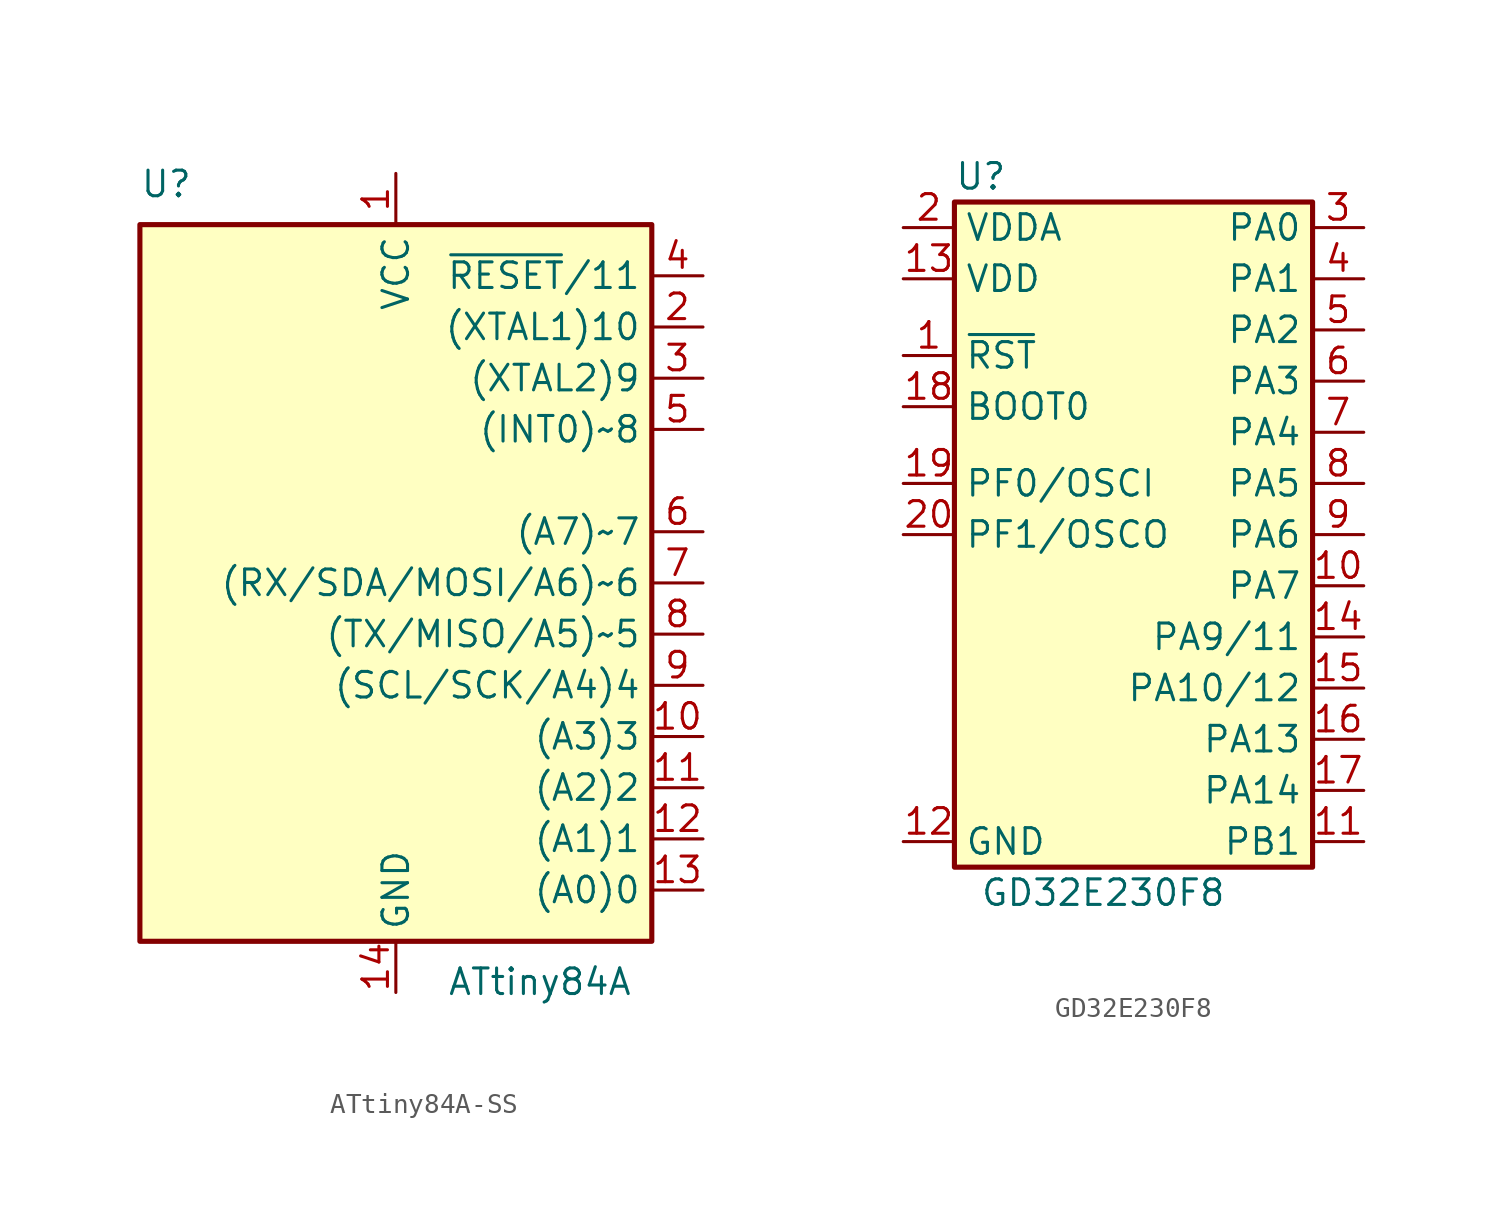
<source format=kicad_sym>
(kicad_symbol_lib
  (version 20241209)
  (generator "kicad_symbol_editor")
  (generator_version "9.0")
  (symbol "ATtiny84A-SS"
    (property "Reference" "U"
      (at -12.7 21.59 0)
      (effects (font (size 1.27 1.27)) (justify left bottom)))
    (property "Value" "ATtiny84A"
      (at 2.54 -16.51 0)
      (effects (font (size 1.27 1.27)) (justify left top)))
    (symbol "ATtiny84A-SS_0_1"
      (rectangle (start -12.7 20.32) (end 12.7 -15.24) (stroke (width 0.254) (type default)) (fill (type background))))
    (symbol "ATtiny84A-SS_1_1"
      (pin power_in line (at 0 22.86 270) (length 2.54) (name "VCC" (effects (font (size 1.27 1.27)))) (number "1" (effects (font (size 1.27 1.27)))))
      (pin power_in line (at 0 -17.78 90) (length 2.54) (name "GND" (effects (font (size 1.27 1.27)))) (number "14" (effects (font (size 1.27 1.27)))))
      (pin bidirectional line (at 15.24 17.78 180) (length 2.54) (name "~{RESET}/11" (effects (font (size 1.27 1.27)))) (number "4" (effects (font (size 1.27 1.27)))))
      (pin bidirectional line (at 15.24 15.24 180) (length 2.54) (name "(XTAL1)10" (effects (font (size 1.27 1.27)))) (number "2" (effects (font (size 1.27 1.27)))))
      (pin bidirectional line (at 15.24 12.7 180) (length 2.54) (name "(XTAL2)9" (effects (font (size 1.27 1.27)))) (number "3" (effects (font (size 1.27 1.27)))))
      (pin bidirectional line (at 15.24 10.16 180) (length 2.54) (name "(INT0)~8" (effects (font (size 1.27 1.27)))) (number "5" (effects (font (size 1.27 1.27)))))
      (pin bidirectional line (at 15.24 5.08 180) (length 2.54) (name "(A7)~7" (effects (font (size 1.27 1.27)))) (number "6" (effects (font (size 1.27 1.27)))))
      (pin bidirectional line (at 15.24 2.54 180) (length 2.54) (name "(RX/SDA/MOSI/A6)~6" (effects (font (size 1.27 1.27)))) (number "7" (effects (font (size 1.27 1.27)))))
      (pin bidirectional line (at 15.24 0 180) (length 2.54) (name "(TX/MISO/A5)~5" (effects (font (size 1.27 1.27)))) (number "8" (effects (font (size 1.27 1.27)))))
      (pin bidirectional line (at 15.24 -2.54 180) (length 2.54) (name "(SCL/SCK/A4)4" (effects (font (size 1.27 1.27)))) (number "9" (effects (font (size 1.27 1.27)))))
      (pin bidirectional line (at 15.24 -5.08 180) (length 2.54) (name "(A3)3" (effects (font (size 1.27 1.27)))) (number "10" (effects (font (size 1.27 1.27)))))
      (pin bidirectional line (at 15.24 -7.62 180) (length 2.54) (name "(A2)2" (effects (font (size 1.27 1.27)))) (number "11" (effects (font (size 1.27 1.27)))))
      (pin bidirectional line (at 15.24 -10.16 180) (length 2.54) (name "(A1)1" (effects (font (size 1.27 1.27)))) (number "12" (effects (font (size 1.27 1.27)))))
      (pin bidirectional line (at 15.24 -12.7 180) (length 2.54) (name "(A0)0" (effects (font (size 1.27 1.27)))) (number "13" (effects (font (size 1.27 1.27)))))))
  (symbol "GD32E230F8"
    (property "Reference" "U"
      (at -8.89 17.78 0)
      (effects (font (size 1.27 1.27)) (justify left)))
    (property "Value" "GD32E230F8"
      (at -7.62 -17.78 0)
      (effects (font (size 1.27 1.27)) (justify left)))
    (symbol "GD32E230F8_1_0"
      (pin input line (at -11.43 6.35 0) (length 2.54) (name "BOOT0" (effects (font (size 1.27 1.27)))) (number "18" (effects (font (size 1.27 1.27)))))
      (pin bidirectional line (at -11.43 2.54 0) (length 2.54) (name "PF0/OSCI" (effects (font (size 1.27 1.27)))) (number "19" (effects (font (size 1.27 1.27)))))
      (pin bidirectional line (at -11.43 0 0) (length 2.54) (name "PF1/OSCO" (effects (font (size 1.27 1.27)))) (number "20" (effects (font (size 1.27 1.27))))))
    (symbol "GD32E230F8_1_1"
      (rectangle (start -8.89 16.51) (end 8.89 -16.51) (stroke (width 0.254) (type default)) (fill (type background)))
      (pin power_in line (at -11.43 15.24 0) (length 2.54) (name "VDDA" (effects (font (size 1.27 1.27)))) (number "2" (effects (font (size 1.27 1.27)))))
      (pin power_in line (at -11.43 12.7 0) (length 2.54) (name "VDD" (effects (font (size 1.27 1.27)))) (number "13" (effects (font (size 1.27 1.27)))))
      (pin input line (at -11.43 8.89 0) (length 2.54) (name "~{RST}" (effects (font (size 1.27 1.27)))) (number "1" (effects (font (size 1.27 1.27)))))
      (pin power_in line (at -11.43 -15.24 0) (length 2.54) (name "GND" (effects (font (size 1.27 1.27)))) (number "12" (effects (font (size 1.27 1.27)))))
      (pin bidirectional line (at 11.43 15.24 180) (length 2.54) (name "PA0" (effects (font (size 1.27 1.27)))) (number "3" (effects (font (size 1.27 1.27)))))
      (pin bidirectional line (at 11.43 12.7 180) (length 2.54) (name "PA1" (effects (font (size 1.27 1.27)))) (number "4" (effects (font (size 1.27 1.27)))))
      (pin bidirectional line (at 11.43 10.16 180) (length 2.54) (name "PA2" (effects (font (size 1.27 1.27)))) (number "5" (effects (font (size 1.27 1.27)))))
      (pin bidirectional line (at 11.43 7.62 180) (length 2.54) (name "PA3" (effects (font (size 1.27 1.27)))) (number "6" (effects (font (size 1.27 1.27)))))
      (pin bidirectional line (at 11.43 5.08 180) (length 2.54) (name "PA4" (effects (font (size 1.27 1.27)))) (number "7" (effects (font (size 1.27 1.27)))))
      (pin bidirectional line (at 11.43 2.54 180) (length 2.54) (name "PA5" (effects (font (size 1.27 1.27)))) (number "8" (effects (font (size 1.27 1.27)))))
      (pin bidirectional line (at 11.43 0 180) (length 2.54) (name "PA6" (effects (font (size 1.27 1.27)))) (number "9" (effects (font (size 1.27 1.27)))))
      (pin bidirectional line (at 11.43 -2.54 180) (length 2.54) (name "PA7" (effects (font (size 1.27 1.27)))) (number "10" (effects (font (size 1.27 1.27)))))
      (pin bidirectional line (at 11.43 -5.08 180) (length 2.54) (name "PA9/11" (effects (font (size 1.27 1.27)))) (number "14" (effects (font (size 1.27 1.27)))))
      (pin bidirectional line (at 11.43 -7.62 180) (length 2.54) (name "PA10/12" (effects (font (size 1.27 1.27)))) (number "15" (effects (font (size 1.27 1.27)))))
      (pin bidirectional line (at 11.43 -10.16 180) (length 2.54) (name "PA13" (effects (font (size 1.27 1.27)))) (number "16" (effects (font (size 1.27 1.27)))))
      (pin bidirectional line (at 11.43 -12.7 180) (length 2.54) (name "PA14" (effects (font (size 1.27 1.27)))) (number "17" (effects (font (size 1.27 1.27)))))
      (pin bidirectional line (at 11.43 -15.24 180) (length 2.54) (name "PB1" (effects (font (size 1.27 1.27)))) (number "11" (effects (font (size 1.27 1.27))))))))
</source>
